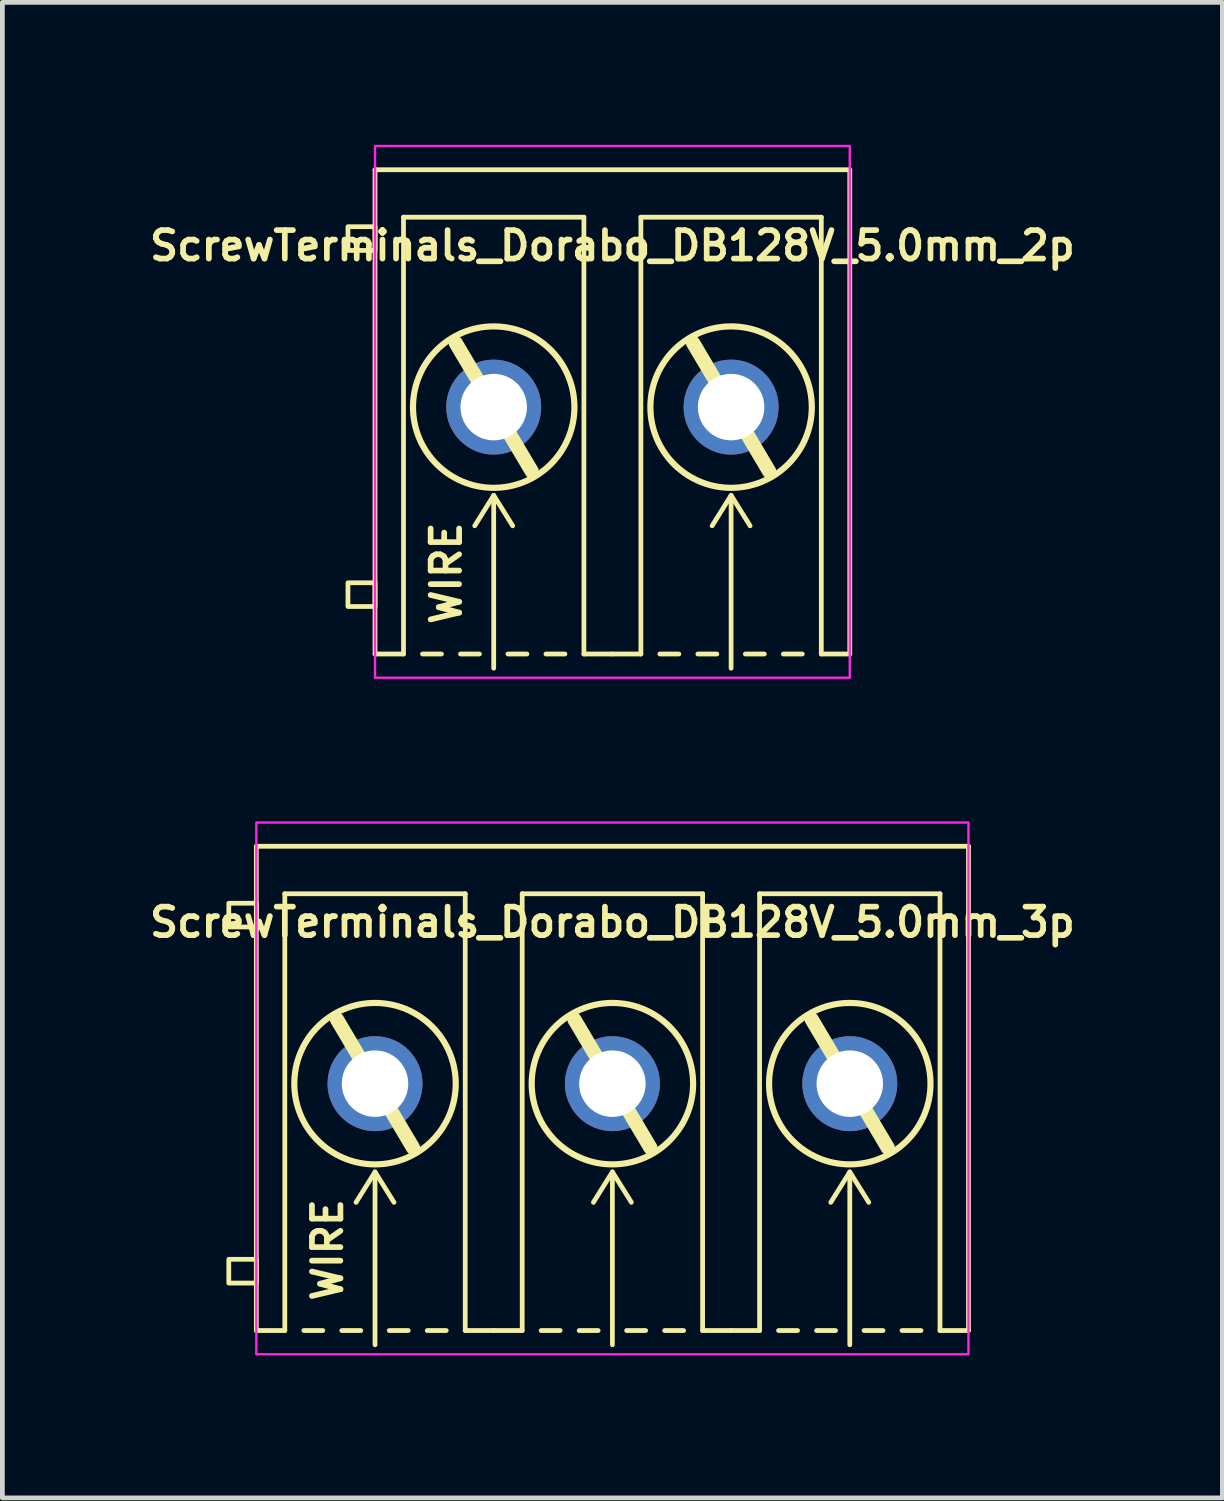
<source format=kicad_pcb>
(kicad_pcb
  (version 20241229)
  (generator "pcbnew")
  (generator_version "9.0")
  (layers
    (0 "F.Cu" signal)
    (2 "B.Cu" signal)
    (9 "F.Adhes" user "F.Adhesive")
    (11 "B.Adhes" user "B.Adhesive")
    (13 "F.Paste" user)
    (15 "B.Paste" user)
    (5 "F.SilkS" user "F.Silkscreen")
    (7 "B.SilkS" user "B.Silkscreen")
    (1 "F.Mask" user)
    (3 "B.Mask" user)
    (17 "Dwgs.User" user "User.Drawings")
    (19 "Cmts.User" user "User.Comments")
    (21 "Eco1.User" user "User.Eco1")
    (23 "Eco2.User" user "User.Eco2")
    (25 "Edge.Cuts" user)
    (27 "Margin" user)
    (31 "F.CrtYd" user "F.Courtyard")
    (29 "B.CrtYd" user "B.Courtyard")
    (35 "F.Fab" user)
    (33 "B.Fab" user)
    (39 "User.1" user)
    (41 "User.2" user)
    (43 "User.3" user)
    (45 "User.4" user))
  (footprint "ScrewTerminals_Dorabo_DB128V_5.0mm_2p"
    (layer "F.Cu")
    (at 9.849 5.525)
    (property "Reference" "ScrewTerminals_Dorabo_DB128V_5.0mm_2p" (at 0 -3.4 0) (unlocked yes) (layer "F.SilkS") (effects (font (size 0.6 0.6) (thickness 0.12) (bold yes))))
    (attr through_hole)
    (fp_line (start -5 -5) (end 5 -5) (stroke (width 0.1) (type solid)) (layer "F.SilkS"))
    (fp_line (start -5 5.2) (end -5 -5) (stroke (width 0.1) (type solid)) (layer "F.SilkS"))
    (fp_line (start -5 5.2) (end -4.4 5.2) (stroke (width 0.1) (type default)) (layer "F.SilkS"))
    (fp_line (start -4.4 -4) (end -4.4 5.2) (stroke (width 0.1) (type solid)) (layer "F.SilkS"))
    (fp_line (start -4.4 -4) (end -0.6 -4) (stroke (width 0.1) (type solid)) (layer "F.SilkS"))
    (fp_line (start -3.6 5.2) (end -4 5.2) (stroke (width 0.1) (type default)) (layer "F.SilkS"))
    (fp_line (start -3.3 -1.35) (end -1.7 1.35) (stroke (width 0.3) (type default)) (layer "F.SilkS"))
    (fp_line (start -2.8 5.2) (end -3.2 5.2) (stroke (width 0.1) (type default)) (layer "F.SilkS"))
    (fp_line (start -2.5 1.859) (end -2.9 2.5) (stroke (width 0.1) (type default)) (layer "F.SilkS"))
    (fp_line (start -2.5 1.859) (end -2.1 2.5) (stroke (width 0.1) (type default)) (layer "F.SilkS"))
    (fp_line (start -2.5 5.5) (end -2.5 1.879) (stroke (width 0.1) (type default)) (layer "F.SilkS"))
    (fp_line (start -2.2 5.2) (end -1.8 5.2) (stroke (width 0.1) (type default)) (layer "F.SilkS"))
    (fp_line (start -1.4 5.2) (end -1 5.2) (stroke (width 0.1) (type default)) (layer "F.SilkS"))
    (fp_line (start -0.6 -4) (end -0.6 5.2) (stroke (width 0.1) (type solid)) (layer "F.SilkS"))
    (fp_line (start -0.6 5.2) (end 0 5.2) (stroke (width 0.1) (type default)) (layer "F.SilkS"))
    (fp_line (start 0 5.2) (end 0.6 5.2) (stroke (width 0.1) (type default)) (layer "F.SilkS"))
    (fp_line (start 0.6 -4) (end 0.6 5.2) (stroke (width 0.1) (type solid)) (layer "F.SilkS"))
    (fp_line (start 0.6 -4) (end 4.4 -4) (stroke (width 0.1) (type solid)) (layer "F.SilkS"))
    (fp_line (start 1.4 5.2) (end 1 5.2) (stroke (width 0.1) (type default)) (layer "F.SilkS"))
    (fp_line (start 1.7 -1.35) (end 3.3 1.35) (stroke (width 0.3) (type default)) (layer "F.SilkS"))
    (fp_line (start 2.2 5.2) (end 1.8 5.2) (stroke (width 0.1) (type default)) (layer "F.SilkS"))
    (fp_line (start 2.5 1.859) (end 2.1 2.5) (stroke (width 0.1) (type default)) (layer "F.SilkS"))
    (fp_line (start 2.5 1.859) (end 2.9 2.5) (stroke (width 0.1) (type default)) (layer "F.SilkS"))
    (fp_line (start 2.5 5.5) (end 2.5 1.879) (stroke (width 0.1) (type default)) (layer "F.SilkS"))
    (fp_line (start 2.8 5.2) (end 3.2 5.2) (stroke (width 0.1) (type default)) (layer "F.SilkS"))
    (fp_line (start 3.6 5.2) (end 4 5.2) (stroke (width 0.1) (type default)) (layer "F.SilkS"))
    (fp_line (start 4.4 -4) (end 4.4 5.2) (stroke (width 0.1) (type solid)) (layer "F.SilkS"))
    (fp_line (start 4.4 5.2) (end 5 5.2) (stroke (width 0.1) (type default)) (layer "F.SilkS"))
    (fp_line (start 5 5.2) (end 5 -5) (stroke (width 0.1) (type solid)) (layer "F.SilkS"))
    (fp_rect (start -5.57 -3.8) (end -5 -3.3) (stroke (width 0.1) (type solid)) (fill no) (layer "F.SilkS"))
    (fp_rect (start -5.57 3.7) (end -5 4.2) (stroke (width 0.1) (type solid)) (fill no) (layer "F.SilkS"))
    (fp_circle (center -2.5 0) (end -0.8 0) (stroke (width 0.13) (type default)) (fill no) (layer "F.SilkS"))
    (fp_circle (center 2.5 0) (end 4.2 0) (stroke (width 0.13) (type default)) (fill no) (layer "F.SilkS"))
    (fp_rect (start -5 -5.5) (end 5 5.7) (stroke (width 0.05) (type solid)) (fill no) (layer "F.CrtYd"))
    (fp_text user "WIRE" (at -3.5 3.5 90) (unlocked yes) (layer "F.SilkS") (effects (font (size 0.6 0.6) (thickness 0.12) (bold yes))))
    (pad "1" thru_hole circle (at -2.5 0 180) (size 2 2) (drill 1.4) (layers "*.Cu" "*.Mask"))
    (pad "2" thru_hole circle (at 2.5 0 180) (size 2 2) (drill 1.4) (layers "*.Cu" "*.Mask")))
  (footprint "ScrewTerminals_Dorabo_DB128V_5.0mm_3p"
    (layer "F.Cu")
    (at 9.849 19.775)
    (property "Reference" "ScrewTerminals_Dorabo_DB128V_5.0mm_3p" (at 0 -3.4 0) (unlocked yes) (layer "F.SilkS") (effects (font (size 0.6 0.6) (thickness 0.12) (bold yes))))
    (attr through_hole)
    (fp_line (start -7.5 -5) (end 7.5 -5) (stroke (width 0.1) (type solid)) (layer "F.SilkS"))
    (fp_line (start -7.5 5.2) (end -7.5 -5) (stroke (width 0.1) (type solid)) (layer "F.SilkS"))
    (fp_line (start -7.5 5.2) (end -6.9 5.2) (stroke (width 0.1) (type default)) (layer "F.SilkS"))
    (fp_line (start -6.9 -4) (end -6.9 5.2) (stroke (width 0.1) (type solid)) (layer "F.SilkS"))
    (fp_line (start -6.9 -4) (end -3.1 -4) (stroke (width 0.1) (type solid)) (layer "F.SilkS"))
    (fp_line (start -6.1 5.2) (end -6.5 5.2) (stroke (width 0.1) (type default)) (layer "F.SilkS"))
    (fp_line (start -5.8 -1.35) (end -4.2 1.35) (stroke (width 0.3) (type default)) (layer "F.SilkS"))
    (fp_line (start -5.3 5.2) (end -5.7 5.2) (stroke (width 0.1) (type default)) (layer "F.SilkS"))
    (fp_line (start -5 1.859) (end -5.4 2.5) (stroke (width 0.1) (type default)) (layer "F.SilkS"))
    (fp_line (start -5 1.859) (end -4.6 2.5) (stroke (width 0.1) (type default)) (layer "F.SilkS"))
    (fp_line (start -5 5.5) (end -5 1.879) (stroke (width 0.1) (type default)) (layer "F.SilkS"))
    (fp_line (start -4.7 5.2) (end -4.3 5.2) (stroke (width 0.1) (type default)) (layer "F.SilkS"))
    (fp_line (start -3.9 5.2) (end -3.5 5.2) (stroke (width 0.1) (type default)) (layer "F.SilkS"))
    (fp_line (start -3.1 -4) (end -3.1 5.2) (stroke (width 0.1) (type solid)) (layer "F.SilkS"))
    (fp_line (start -3.1 5.2) (end -2.5 5.2) (stroke (width 0.1) (type default)) (layer "F.SilkS"))
    (fp_line (start -2.5 5.2) (end -1.9 5.2) (stroke (width 0.1) (type default)) (layer "F.SilkS"))
    (fp_line (start -1.9 -4) (end -1.9 5.2) (stroke (width 0.1) (type solid)) (layer "F.SilkS"))
    (fp_line (start -1.9 -4) (end 1.9 -4) (stroke (width 0.1) (type solid)) (layer "F.SilkS"))
    (fp_line (start -1.1 5.2) (end -1.5 5.2) (stroke (width 0.1) (type default)) (layer "F.SilkS"))
    (fp_line (start -0.8 -1.35) (end 0.8 1.35) (stroke (width 0.3) (type default)) (layer "F.SilkS"))
    (fp_line (start -0.3 5.2) (end -0.7 5.2) (stroke (width 0.1) (type default)) (layer "F.SilkS"))
    (fp_line (start 0 1.859) (end -0.4 2.5) (stroke (width 0.1) (type default)) (layer "F.SilkS"))
    (fp_line (start 0 1.859) (end 0.4 2.5) (stroke (width 0.1) (type default)) (layer "F.SilkS"))
    (fp_line (start 0 5.5) (end 0 1.879) (stroke (width 0.1) (type default)) (layer "F.SilkS"))
    (fp_line (start 0.3 5.2) (end 0.7 5.2) (stroke (width 0.1) (type default)) (layer "F.SilkS"))
    (fp_line (start 1.1 5.2) (end 1.5 5.2) (stroke (width 0.1) (type default)) (layer "F.SilkS"))
    (fp_line (start 1.9 -4) (end 1.9 5.2) (stroke (width 0.1) (type solid)) (layer "F.SilkS"))
    (fp_line (start 1.9 5.2) (end 2.5 5.2) (stroke (width 0.1) (type default)) (layer "F.SilkS"))
    (fp_line (start 2.5 5.2) (end 3.1 5.2) (stroke (width 0.1) (type default)) (layer "F.SilkS"))
    (fp_line (start 3.1 -4) (end 3.1 5.2) (stroke (width 0.1) (type solid)) (layer "F.SilkS"))
    (fp_line (start 3.1 -4) (end 6.9 -4) (stroke (width 0.1) (type solid)) (layer "F.SilkS"))
    (fp_line (start 3.9 5.2) (end 3.5 5.2) (stroke (width 0.1) (type default)) (layer "F.SilkS"))
    (fp_line (start 4.2 -1.35) (end 5.8 1.35) (stroke (width 0.3) (type default)) (layer "F.SilkS"))
    (fp_line (start 4.7 5.2) (end 4.3 5.2) (stroke (width 0.1) (type default)) (layer "F.SilkS"))
    (fp_line (start 5 1.859) (end 4.6 2.5) (stroke (width 0.1) (type default)) (layer "F.SilkS"))
    (fp_line (start 5 1.859) (end 5.4 2.5) (stroke (width 0.1) (type default)) (layer "F.SilkS"))
    (fp_line (start 5 5.5) (end 5 1.879) (stroke (width 0.1) (type default)) (layer "F.SilkS"))
    (fp_line (start 5.3 5.2) (end 5.7 5.2) (stroke (width 0.1) (type default)) (layer "F.SilkS"))
    (fp_line (start 6.1 5.2) (end 6.5 5.2) (stroke (width 0.1) (type default)) (layer "F.SilkS"))
    (fp_line (start 6.9 -4) (end 6.9 5.2) (stroke (width 0.1) (type solid)) (layer "F.SilkS"))
    (fp_line (start 6.9 5.2) (end 7.5 5.2) (stroke (width 0.1) (type default)) (layer "F.SilkS"))
    (fp_line (start 7.5 5.2) (end 7.5 -5) (stroke (width 0.1) (type solid)) (layer "F.SilkS"))
    (fp_rect (start -8.08 -3.8) (end -7.5 -3.3) (stroke (width 0.1) (type solid)) (fill no) (layer "F.SilkS"))
    (fp_rect (start -8.08 3.7) (end -7.5 4.2) (stroke (width 0.1) (type solid)) (fill no) (layer "F.SilkS"))
    (fp_circle (center -5 0) (end -3.3 0) (stroke (width 0.13) (type default)) (fill no) (layer "F.SilkS"))
    (fp_circle (center 0 0) (end 1.7 0) (stroke (width 0.13) (type default)) (fill no) (layer "F.SilkS"))
    (fp_circle (center 5 0) (end 6.7 0) (stroke (width 0.13) (type default)) (fill no) (layer "F.SilkS"))
    (fp_rect (start -7.5 -5.5) (end 7.5 5.7) (stroke (width 0.05) (type solid)) (fill no) (layer "F.CrtYd"))
    (fp_text user "WIRE" (at -6 3.5 90) (unlocked yes) (layer "F.SilkS") (effects (font (size 0.6 0.6) (thickness 0.12) (bold yes))))
    (pad "1" thru_hole circle (at -5 0 180) (size 2 2) (drill 1.4) (layers "*.Cu" "*.Mask"))
    (pad "2" thru_hole circle (at 0 0 180) (size 2 2) (drill 1.4) (layers "*.Cu" "*.Mask"))
    (pad "3" thru_hole circle (at 5 0 180) (size 2 2) (drill 1.4) (layers "*.Cu" "*.Mask")))
  (gr_rect
    (start -3 -3)
    (end 22.697 28.5)
    (stroke (width 0.1) (type default))
    (fill no)
    (layer "Edge.Cuts")))
</source>
